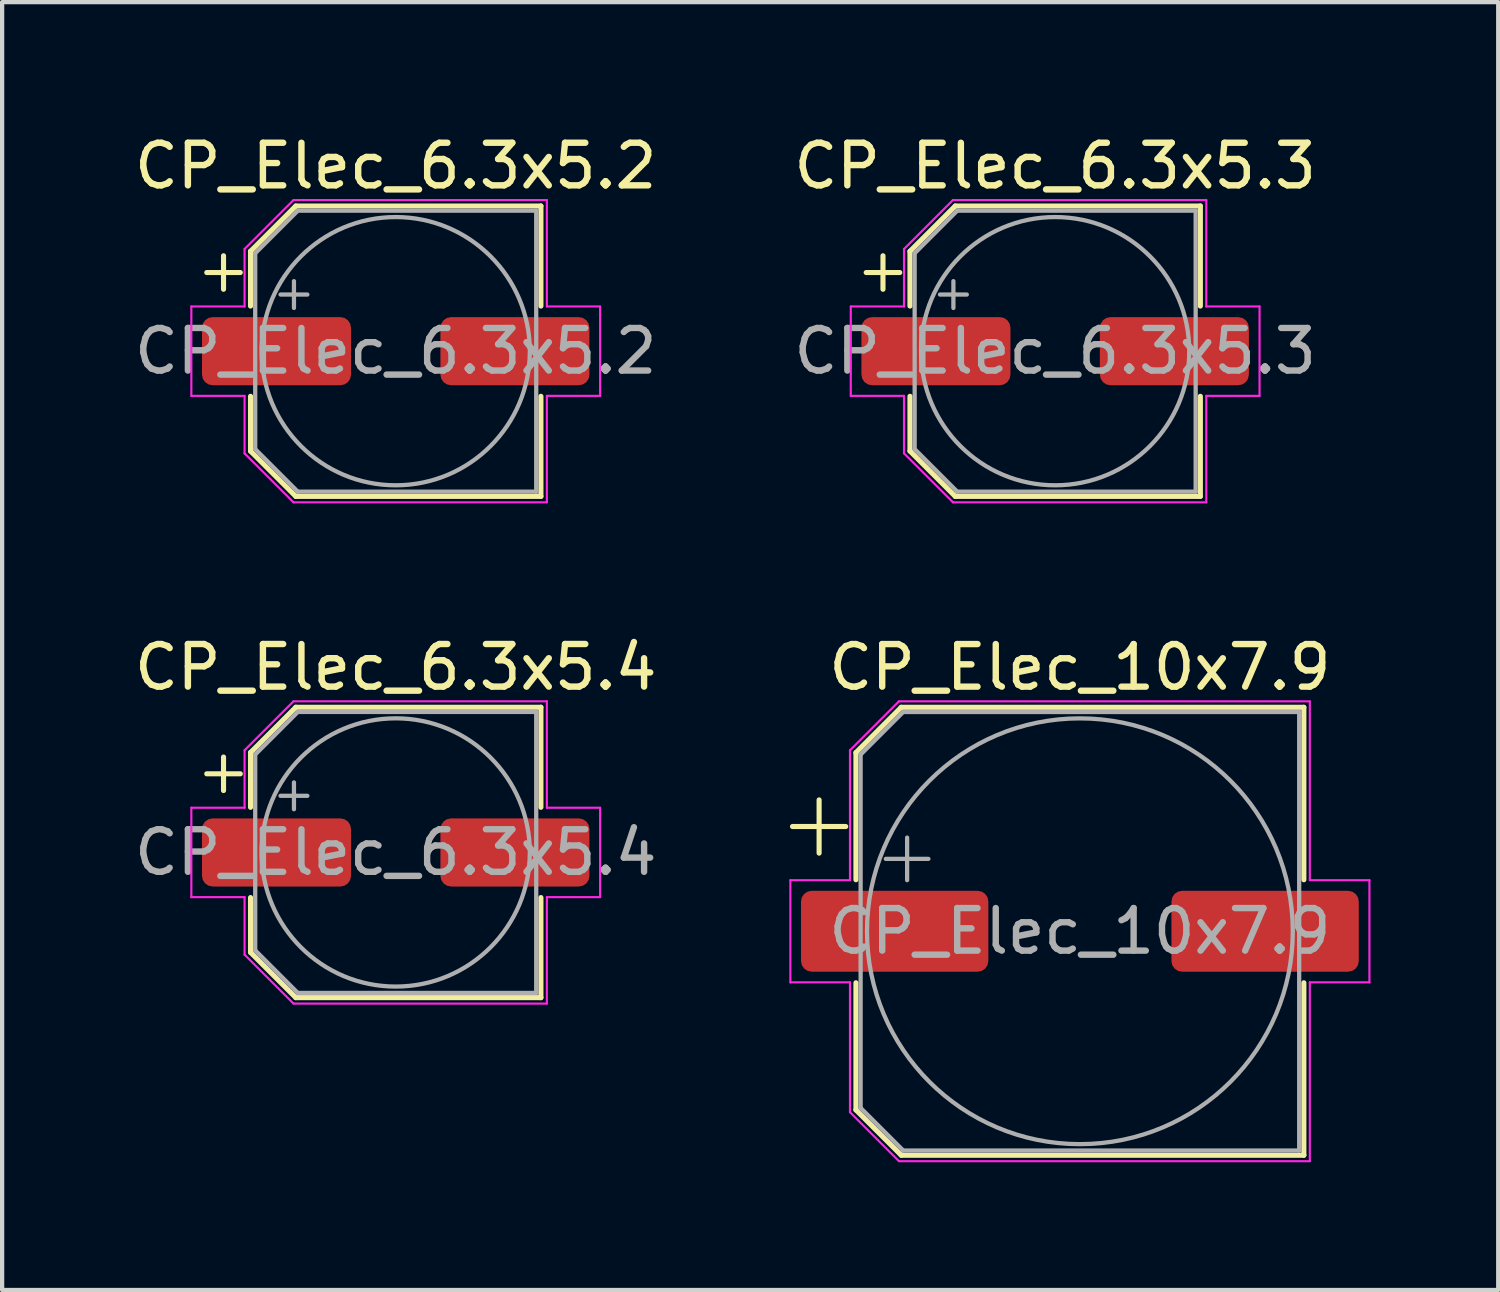
<source format=kicad_pcb>
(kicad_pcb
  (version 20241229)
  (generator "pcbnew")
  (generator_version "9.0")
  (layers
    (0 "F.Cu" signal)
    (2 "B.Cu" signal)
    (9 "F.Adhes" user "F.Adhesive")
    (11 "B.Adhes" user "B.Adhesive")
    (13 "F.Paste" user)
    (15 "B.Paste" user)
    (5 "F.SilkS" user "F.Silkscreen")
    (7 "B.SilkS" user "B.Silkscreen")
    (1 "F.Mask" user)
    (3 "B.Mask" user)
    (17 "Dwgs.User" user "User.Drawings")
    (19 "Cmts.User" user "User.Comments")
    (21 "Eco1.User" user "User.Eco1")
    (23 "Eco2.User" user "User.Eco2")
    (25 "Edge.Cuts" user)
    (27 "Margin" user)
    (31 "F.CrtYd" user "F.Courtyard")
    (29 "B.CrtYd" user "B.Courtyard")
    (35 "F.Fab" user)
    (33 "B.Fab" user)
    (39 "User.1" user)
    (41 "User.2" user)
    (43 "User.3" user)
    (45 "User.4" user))
  (footprint "CP_Elec_6.3x5.4"
    (layer "F.Cu")
    (at 6.244 16.971)
    (property "Reference" "CP_Elec_6.3x5.4" (at 0 -4.35 0) (layer "F.SilkS") (effects (font (size 1 1) (thickness 0.15))))
    (attr smd)
    (fp_line (start -4.438 -1.847) (end -3.65 -1.847) (stroke (width 0.12) (type solid)) (layer "F.SilkS"))
    (fp_line (start -4.044 -2.241) (end -4.044 -1.454) (stroke (width 0.12) (type solid)) (layer "F.SilkS"))
    (fp_line (start -3.41 -2.346) (end -3.41 -1.06) (stroke (width 0.12) (type solid)) (layer "F.SilkS"))
    (fp_line (start -3.41 -2.346) (end -2.346 -3.41) (stroke (width 0.12) (type solid)) (layer "F.SilkS"))
    (fp_line (start -3.41 2.346) (end -3.41 1.06) (stroke (width 0.12) (type solid)) (layer "F.SilkS"))
    (fp_line (start -3.41 2.346) (end -2.346 3.41) (stroke (width 0.12) (type solid)) (layer "F.SilkS"))
    (fp_line (start -2.346 -3.41) (end 3.41 -3.41) (stroke (width 0.12) (type solid)) (layer "F.SilkS"))
    (fp_line (start -2.346 3.41) (end 3.41 3.41) (stroke (width 0.12) (type solid)) (layer "F.SilkS"))
    (fp_line (start 3.41 -3.41) (end 3.41 -1.06) (stroke (width 0.12) (type solid)) (layer "F.SilkS"))
    (fp_line (start 3.41 3.41) (end 3.41 1.06) (stroke (width 0.12) (type solid)) (layer "F.SilkS"))
    (fp_line (start -4.8 -1.05) (end -4.8 1.05) (stroke (width 0.05) (type solid)) (layer "F.CrtYd"))
    (fp_line (start -4.8 1.05) (end -3.55 1.05) (stroke (width 0.05) (type solid)) (layer "F.CrtYd"))
    (fp_line (start -3.55 -2.4) (end -3.55 -1.05) (stroke (width 0.05) (type solid)) (layer "F.CrtYd"))
    (fp_line (start -3.55 -2.4) (end -2.4 -3.55) (stroke (width 0.05) (type solid)) (layer "F.CrtYd"))
    (fp_line (start -3.55 -1.05) (end -4.8 -1.05) (stroke (width 0.05) (type solid)) (layer "F.CrtYd"))
    (fp_line (start -3.55 1.05) (end -3.55 2.4) (stroke (width 0.05) (type solid)) (layer "F.CrtYd"))
    (fp_line (start -3.55 2.4) (end -2.4 3.55) (stroke (width 0.05) (type solid)) (layer "F.CrtYd"))
    (fp_line (start -2.4 -3.55) (end 3.55 -3.55) (stroke (width 0.05) (type solid)) (layer "F.CrtYd"))
    (fp_line (start -2.4 3.55) (end 3.55 3.55) (stroke (width 0.05) (type solid)) (layer "F.CrtYd"))
    (fp_line (start 3.55 -3.55) (end 3.55 -1.05) (stroke (width 0.05) (type solid)) (layer "F.CrtYd"))
    (fp_line (start 3.55 -1.05) (end 4.8 -1.05) (stroke (width 0.05) (type solid)) (layer "F.CrtYd"))
    (fp_line (start 3.55 1.05) (end 3.55 3.55) (stroke (width 0.05) (type solid)) (layer "F.CrtYd"))
    (fp_line (start 4.8 -1.05) (end 4.8 1.05) (stroke (width 0.05) (type solid)) (layer "F.CrtYd"))
    (fp_line (start 4.8 1.05) (end 3.55 1.05) (stroke (width 0.05) (type solid)) (layer "F.CrtYd"))
    (fp_line (start -3.3 -2.3) (end -3.3 2.3) (stroke (width 0.1) (type solid)) (layer "F.Fab"))
    (fp_line (start -3.3 -2.3) (end -2.3 -3.3) (stroke (width 0.1) (type solid)) (layer "F.Fab"))
    (fp_line (start -3.3 2.3) (end -2.3 3.3) (stroke (width 0.1) (type solid)) (layer "F.Fab"))
    (fp_line (start -2.705 -1.33) (end -2.075 -1.33) (stroke (width 0.1) (type solid)) (layer "F.Fab"))
    (fp_line (start -2.39 -1.645) (end -2.39 -1.015) (stroke (width 0.1) (type solid)) (layer "F.Fab"))
    (fp_line (start -2.3 -3.3) (end 3.3 -3.3) (stroke (width 0.1) (type solid)) (layer "F.Fab"))
    (fp_line (start -2.3 3.3) (end 3.3 3.3) (stroke (width 0.1) (type solid)) (layer "F.Fab"))
    (fp_line (start 3.3 -3.3) (end 3.3 3.3) (stroke (width 0.1) (type solid)) (layer "F.Fab"))
    (fp_circle (center 0 0) (end 3.15 0) (stroke (width 0.1) (type solid)) (fill no) (layer "F.Fab"))
    (fp_text user "${REFERENCE}" (at 0 0 0) (layer "F.Fab") (effects (font (size 1 1) (thickness 0.15))))
    (pad "1" smd roundrect (at -2.8 0) (size 3.5 1.6) (layers "F.Cu" "F.Mask" "F.Paste") (roundrect_rratio 0.156))
    (pad "2" smd roundrect (at 2.8 0) (size 3.5 1.6) (layers "F.Cu" "F.Mask" "F.Paste") (roundrect_rratio 0.156)))
  (footprint "CP_Elec_6.3x5.3"
    (layer "F.Cu")
    (at 21.732 5.198)
    (property "Reference" "CP_Elec_6.3x5.3" (at 0 -4.35 0) (layer "F.SilkS") (effects (font (size 1 1) (thickness 0.15))))
    (attr smd)
    (fp_line (start -4.438 -1.847) (end -3.65 -1.847) (stroke (width 0.12) (type solid)) (layer "F.SilkS"))
    (fp_line (start -4.044 -2.241) (end -4.044 -1.454) (stroke (width 0.12) (type solid)) (layer "F.SilkS"))
    (fp_line (start -3.41 -2.346) (end -3.41 -1.06) (stroke (width 0.12) (type solid)) (layer "F.SilkS"))
    (fp_line (start -3.41 -2.346) (end -2.346 -3.41) (stroke (width 0.12) (type solid)) (layer "F.SilkS"))
    (fp_line (start -3.41 2.346) (end -3.41 1.06) (stroke (width 0.12) (type solid)) (layer "F.SilkS"))
    (fp_line (start -3.41 2.346) (end -2.346 3.41) (stroke (width 0.12) (type solid)) (layer "F.SilkS"))
    (fp_line (start -2.346 -3.41) (end 3.41 -3.41) (stroke (width 0.12) (type solid)) (layer "F.SilkS"))
    (fp_line (start -2.346 3.41) (end 3.41 3.41) (stroke (width 0.12) (type solid)) (layer "F.SilkS"))
    (fp_line (start 3.41 -3.41) (end 3.41 -1.06) (stroke (width 0.12) (type solid)) (layer "F.SilkS"))
    (fp_line (start 3.41 3.41) (end 3.41 1.06) (stroke (width 0.12) (type solid)) (layer "F.SilkS"))
    (fp_line (start -4.8 -1.05) (end -4.8 1.05) (stroke (width 0.05) (type solid)) (layer "F.CrtYd"))
    (fp_line (start -4.8 1.05) (end -3.55 1.05) (stroke (width 0.05) (type solid)) (layer "F.CrtYd"))
    (fp_line (start -3.55 -2.4) (end -3.55 -1.05) (stroke (width 0.05) (type solid)) (layer "F.CrtYd"))
    (fp_line (start -3.55 -2.4) (end -2.4 -3.55) (stroke (width 0.05) (type solid)) (layer "F.CrtYd"))
    (fp_line (start -3.55 -1.05) (end -4.8 -1.05) (stroke (width 0.05) (type solid)) (layer "F.CrtYd"))
    (fp_line (start -3.55 1.05) (end -3.55 2.4) (stroke (width 0.05) (type solid)) (layer "F.CrtYd"))
    (fp_line (start -3.55 2.4) (end -2.4 3.55) (stroke (width 0.05) (type solid)) (layer "F.CrtYd"))
    (fp_line (start -2.4 -3.55) (end 3.55 -3.55) (stroke (width 0.05) (type solid)) (layer "F.CrtYd"))
    (fp_line (start -2.4 3.55) (end 3.55 3.55) (stroke (width 0.05) (type solid)) (layer "F.CrtYd"))
    (fp_line (start 3.55 -3.55) (end 3.55 -1.05) (stroke (width 0.05) (type solid)) (layer "F.CrtYd"))
    (fp_line (start 3.55 -1.05) (end 4.8 -1.05) (stroke (width 0.05) (type solid)) (layer "F.CrtYd"))
    (fp_line (start 3.55 1.05) (end 3.55 3.55) (stroke (width 0.05) (type solid)) (layer "F.CrtYd"))
    (fp_line (start 4.8 -1.05) (end 4.8 1.05) (stroke (width 0.05) (type solid)) (layer "F.CrtYd"))
    (fp_line (start 4.8 1.05) (end 3.55 1.05) (stroke (width 0.05) (type solid)) (layer "F.CrtYd"))
    (fp_line (start -3.3 -2.3) (end -3.3 2.3) (stroke (width 0.1) (type solid)) (layer "F.Fab"))
    (fp_line (start -3.3 -2.3) (end -2.3 -3.3) (stroke (width 0.1) (type solid)) (layer "F.Fab"))
    (fp_line (start -3.3 2.3) (end -2.3 3.3) (stroke (width 0.1) (type solid)) (layer "F.Fab"))
    (fp_line (start -2.705 -1.33) (end -2.075 -1.33) (stroke (width 0.1) (type solid)) (layer "F.Fab"))
    (fp_line (start -2.39 -1.645) (end -2.39 -1.015) (stroke (width 0.1) (type solid)) (layer "F.Fab"))
    (fp_line (start -2.3 -3.3) (end 3.3 -3.3) (stroke (width 0.1) (type solid)) (layer "F.Fab"))
    (fp_line (start -2.3 3.3) (end 3.3 3.3) (stroke (width 0.1) (type solid)) (layer "F.Fab"))
    (fp_line (start 3.3 -3.3) (end 3.3 3.3) (stroke (width 0.1) (type solid)) (layer "F.Fab"))
    (fp_circle (center 0 0) (end 3.15 0) (stroke (width 0.1) (type solid)) (fill no) (layer "F.Fab"))
    (fp_text user "${REFERENCE}" (at 0 0 0) (layer "F.Fab") (effects (font (size 1 1) (thickness 0.15))))
    (pad "1" smd roundrect (at -2.8 0) (size 3.5 1.6) (layers "F.Cu" "F.Mask" "F.Paste") (roundrect_rratio 0.156))
    (pad "2" smd roundrect (at 2.8 0) (size 3.5 1.6) (layers "F.Cu" "F.Mask" "F.Paste") (roundrect_rratio 0.156)))
  (footprint "CP_Elec_10x7.9"
    (layer "F.Cu")
    (at 22.313 18.822)
    (property "Reference" "CP_Elec_10x7.9" (at 0 -6.2 0) (layer "F.SilkS") (effects (font (size 1 1) (thickness 0.15))))
    (attr smd)
    (fp_line (start -6.75 -2.46) (end -5.5 -2.46) (stroke (width 0.12) (type solid)) (layer "F.SilkS"))
    (fp_line (start -6.125 -3.085) (end -6.125 -1.835) (stroke (width 0.12) (type solid)) (layer "F.SilkS"))
    (fp_line (start -5.26 -4.196) (end -5.26 -1.21) (stroke (width 0.12) (type solid)) (layer "F.SilkS"))
    (fp_line (start -5.26 -4.196) (end -4.196 -5.26) (stroke (width 0.12) (type solid)) (layer "F.SilkS"))
    (fp_line (start -5.26 4.196) (end -5.26 1.21) (stroke (width 0.12) (type solid)) (layer "F.SilkS"))
    (fp_line (start -5.26 4.196) (end -4.196 5.26) (stroke (width 0.12) (type solid)) (layer "F.SilkS"))
    (fp_line (start -4.196 -5.26) (end 5.26 -5.26) (stroke (width 0.12) (type solid)) (layer "F.SilkS"))
    (fp_line (start -4.196 5.26) (end 5.26 5.26) (stroke (width 0.12) (type solid)) (layer "F.SilkS"))
    (fp_line (start 5.26 -5.26) (end 5.26 -1.21) (stroke (width 0.12) (type solid)) (layer "F.SilkS"))
    (fp_line (start 5.26 5.26) (end 5.26 1.21) (stroke (width 0.12) (type solid)) (layer "F.SilkS"))
    (fp_line (start -6.8 -1.2) (end -6.8 1.2) (stroke (width 0.05) (type solid)) (layer "F.CrtYd"))
    (fp_line (start -6.8 1.2) (end -5.4 1.2) (stroke (width 0.05) (type solid)) (layer "F.CrtYd"))
    (fp_line (start -5.4 -4.25) (end -5.4 -1.2) (stroke (width 0.05) (type solid)) (layer "F.CrtYd"))
    (fp_line (start -5.4 -4.25) (end -4.25 -5.4) (stroke (width 0.05) (type solid)) (layer "F.CrtYd"))
    (fp_line (start -5.4 -1.2) (end -6.8 -1.2) (stroke (width 0.05) (type solid)) (layer "F.CrtYd"))
    (fp_line (start -5.4 1.2) (end -5.4 4.25) (stroke (width 0.05) (type solid)) (layer "F.CrtYd"))
    (fp_line (start -5.4 4.25) (end -4.25 5.4) (stroke (width 0.05) (type solid)) (layer "F.CrtYd"))
    (fp_line (start -4.25 -5.4) (end 5.4 -5.4) (stroke (width 0.05) (type solid)) (layer "F.CrtYd"))
    (fp_line (start -4.25 5.4) (end 5.4 5.4) (stroke (width 0.05) (type solid)) (layer "F.CrtYd"))
    (fp_line (start 5.4 -5.4) (end 5.4 -1.2) (stroke (width 0.05) (type solid)) (layer "F.CrtYd"))
    (fp_line (start 5.4 -1.2) (end 6.8 -1.2) (stroke (width 0.05) (type solid)) (layer "F.CrtYd"))
    (fp_line (start 5.4 1.2) (end 5.4 5.4) (stroke (width 0.05) (type solid)) (layer "F.CrtYd"))
    (fp_line (start 6.8 -1.2) (end 6.8 1.2) (stroke (width 0.05) (type solid)) (layer "F.CrtYd"))
    (fp_line (start 6.8 1.2) (end 5.4 1.2) (stroke (width 0.05) (type solid)) (layer "F.CrtYd"))
    (fp_line (start -5.15 -4.15) (end -5.15 4.15) (stroke (width 0.1) (type solid)) (layer "F.Fab"))
    (fp_line (start -5.15 -4.15) (end -4.15 -5.15) (stroke (width 0.1) (type solid)) (layer "F.Fab"))
    (fp_line (start -5.15 4.15) (end -4.15 5.15) (stroke (width 0.1) (type solid)) (layer "F.Fab"))
    (fp_line (start -4.558 -1.7) (end -3.558 -1.7) (stroke (width 0.1) (type solid)) (layer "F.Fab"))
    (fp_line (start -4.15 -5.15) (end 5.15 -5.15) (stroke (width 0.1) (type solid)) (layer "F.Fab"))
    (fp_line (start -4.15 5.15) (end 5.15 5.15) (stroke (width 0.1) (type solid)) (layer "F.Fab"))
    (fp_line (start -4.058 -2.2) (end -4.058 -1.2) (stroke (width 0.1) (type solid)) (layer "F.Fab"))
    (fp_line (start 5.15 -5.15) (end 5.15 5.15) (stroke (width 0.1) (type solid)) (layer "F.Fab"))
    (fp_circle (center 0 0) (end 5 0) (stroke (width 0.1) (type solid)) (fill no) (layer "F.Fab"))
    (fp_text user "${REFERENCE}" (at 0 0 0) (layer "F.Fab") (effects (font (size 1 1) (thickness 0.15))))
    (pad "1" smd roundrect (at -4.35 0) (size 4.4 1.9) (layers "F.Cu" "F.Mask" "F.Paste") (roundrect_rratio 0.132))
    (pad "2" smd roundrect (at 4.35 0) (size 4.4 1.9) (layers "F.Cu" "F.Mask" "F.Paste") (roundrect_rratio 0.132)))
  (footprint "CP_Elec_6.3x5.2"
    (layer "F.Cu")
    (at 6.244 5.198)
    (property "Reference" "CP_Elec_6.3x5.2" (at 0 -4.35 0) (layer "F.SilkS") (effects (font (size 1 1) (thickness 0.15))))
    (attr smd)
    (fp_line (start -4.438 -1.847) (end -3.65 -1.847) (stroke (width 0.12) (type solid)) (layer "F.SilkS"))
    (fp_line (start -4.044 -2.241) (end -4.044 -1.454) (stroke (width 0.12) (type solid)) (layer "F.SilkS"))
    (fp_line (start -3.41 -2.346) (end -3.41 -1.06) (stroke (width 0.12) (type solid)) (layer "F.SilkS"))
    (fp_line (start -3.41 -2.346) (end -2.346 -3.41) (stroke (width 0.12) (type solid)) (layer "F.SilkS"))
    (fp_line (start -3.41 2.346) (end -3.41 1.06) (stroke (width 0.12) (type solid)) (layer "F.SilkS"))
    (fp_line (start -3.41 2.346) (end -2.346 3.41) (stroke (width 0.12) (type solid)) (layer "F.SilkS"))
    (fp_line (start -2.346 -3.41) (end 3.41 -3.41) (stroke (width 0.12) (type solid)) (layer "F.SilkS"))
    (fp_line (start -2.346 3.41) (end 3.41 3.41) (stroke (width 0.12) (type solid)) (layer "F.SilkS"))
    (fp_line (start 3.41 -3.41) (end 3.41 -1.06) (stroke (width 0.12) (type solid)) (layer "F.SilkS"))
    (fp_line (start 3.41 3.41) (end 3.41 1.06) (stroke (width 0.12) (type solid)) (layer "F.SilkS"))
    (fp_line (start -4.8 -1.05) (end -4.8 1.05) (stroke (width 0.05) (type solid)) (layer "F.CrtYd"))
    (fp_line (start -4.8 1.05) (end -3.55 1.05) (stroke (width 0.05) (type solid)) (layer "F.CrtYd"))
    (fp_line (start -3.55 -2.4) (end -3.55 -1.05) (stroke (width 0.05) (type solid)) (layer "F.CrtYd"))
    (fp_line (start -3.55 -2.4) (end -2.4 -3.55) (stroke (width 0.05) (type solid)) (layer "F.CrtYd"))
    (fp_line (start -3.55 -1.05) (end -4.8 -1.05) (stroke (width 0.05) (type solid)) (layer "F.CrtYd"))
    (fp_line (start -3.55 1.05) (end -3.55 2.4) (stroke (width 0.05) (type solid)) (layer "F.CrtYd"))
    (fp_line (start -3.55 2.4) (end -2.4 3.55) (stroke (width 0.05) (type solid)) (layer "F.CrtYd"))
    (fp_line (start -2.4 -3.55) (end 3.55 -3.55) (stroke (width 0.05) (type solid)) (layer "F.CrtYd"))
    (fp_line (start -2.4 3.55) (end 3.55 3.55) (stroke (width 0.05) (type solid)) (layer "F.CrtYd"))
    (fp_line (start 3.55 -3.55) (end 3.55 -1.05) (stroke (width 0.05) (type solid)) (layer "F.CrtYd"))
    (fp_line (start 3.55 -1.05) (end 4.8 -1.05) (stroke (width 0.05) (type solid)) (layer "F.CrtYd"))
    (fp_line (start 3.55 1.05) (end 3.55 3.55) (stroke (width 0.05) (type solid)) (layer "F.CrtYd"))
    (fp_line (start 4.8 -1.05) (end 4.8 1.05) (stroke (width 0.05) (type solid)) (layer "F.CrtYd"))
    (fp_line (start 4.8 1.05) (end 3.55 1.05) (stroke (width 0.05) (type solid)) (layer "F.CrtYd"))
    (fp_line (start -3.3 -2.3) (end -3.3 2.3) (stroke (width 0.1) (type solid)) (layer "F.Fab"))
    (fp_line (start -3.3 -2.3) (end -2.3 -3.3) (stroke (width 0.1) (type solid)) (layer "F.Fab"))
    (fp_line (start -3.3 2.3) (end -2.3 3.3) (stroke (width 0.1) (type solid)) (layer "F.Fab"))
    (fp_line (start -2.705 -1.33) (end -2.075 -1.33) (stroke (width 0.1) (type solid)) (layer "F.Fab"))
    (fp_line (start -2.39 -1.645) (end -2.39 -1.015) (stroke (width 0.1) (type solid)) (layer "F.Fab"))
    (fp_line (start -2.3 -3.3) (end 3.3 -3.3) (stroke (width 0.1) (type solid)) (layer "F.Fab"))
    (fp_line (start -2.3 3.3) (end 3.3 3.3) (stroke (width 0.1) (type solid)) (layer "F.Fab"))
    (fp_line (start 3.3 -3.3) (end 3.3 3.3) (stroke (width 0.1) (type solid)) (layer "F.Fab"))
    (fp_circle (center 0 0) (end 3.15 0) (stroke (width 0.1) (type solid)) (fill no) (layer "F.Fab"))
    (fp_text user "${REFERENCE}" (at 0 0 0) (layer "F.Fab") (effects (font (size 1 1) (thickness 0.15))))
    (pad "1" smd roundrect (at -2.8 0) (size 3.5 1.6) (layers "F.Cu" "F.Mask" "F.Paste") (roundrect_rratio 0.156))
    (pad "2" smd roundrect (at 2.8 0) (size 3.5 1.6) (layers "F.Cu" "F.Mask" "F.Paste") (roundrect_rratio 0.156)))
  (gr_rect
    (start -3 -3)
    (end 32.138 27.247)
    (stroke (width 0.1) (type default))
    (fill no)
    (layer "Edge.Cuts")))
</source>
